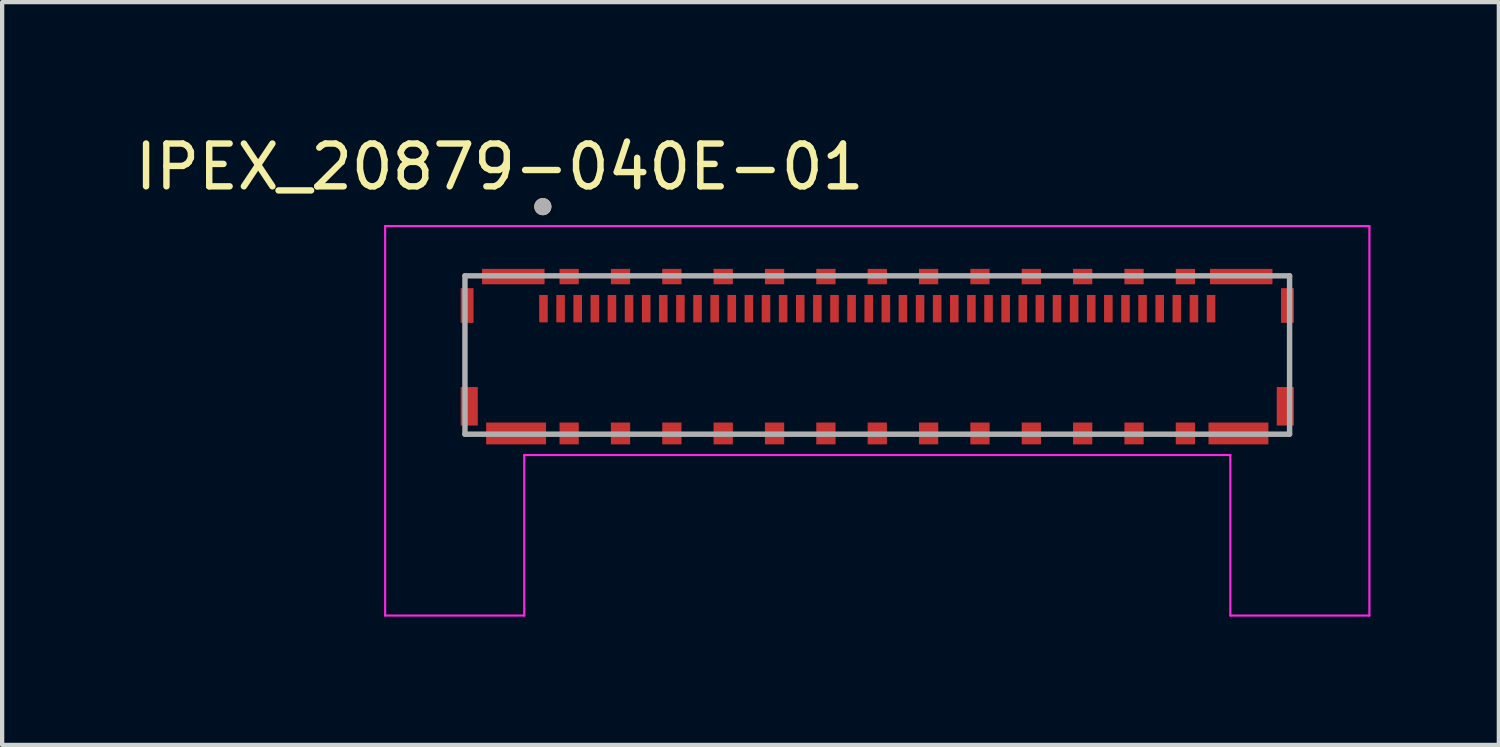
<source format=kicad_pcb>
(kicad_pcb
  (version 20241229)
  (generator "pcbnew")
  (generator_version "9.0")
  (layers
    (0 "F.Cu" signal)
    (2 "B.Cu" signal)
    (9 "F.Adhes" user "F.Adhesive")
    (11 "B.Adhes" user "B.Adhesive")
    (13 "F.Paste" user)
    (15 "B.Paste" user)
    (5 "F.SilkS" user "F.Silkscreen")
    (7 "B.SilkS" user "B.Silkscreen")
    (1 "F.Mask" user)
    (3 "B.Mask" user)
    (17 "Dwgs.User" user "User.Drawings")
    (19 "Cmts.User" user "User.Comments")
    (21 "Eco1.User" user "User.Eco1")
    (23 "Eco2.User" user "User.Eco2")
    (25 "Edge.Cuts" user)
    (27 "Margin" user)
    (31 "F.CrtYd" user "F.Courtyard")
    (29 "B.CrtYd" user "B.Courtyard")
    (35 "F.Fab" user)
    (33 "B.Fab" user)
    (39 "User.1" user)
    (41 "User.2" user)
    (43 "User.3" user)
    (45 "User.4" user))
  (footprint "IPEX_20879-040E-01"
    (layer "F.Cu")
    (at 17.45 5.246)
    (property "Reference" "IPEX_20879-040E-01" (at -8.825 -4.397 0) (layer "F.SilkS") (effects (font (size 1 1) (thickness 0.15))))
    (attr smd)
    (fp_circle (center -7.815 -3.467) (end -7.715 -3.467) (stroke (width 0.2) (type solid)) (fill no) (layer "F.SilkS"))
    (fp_line (start -11.5 -3.013) (end 11.5 -3.013) (stroke (width 0.05) (type solid)) (layer "F.CrtYd"))
    (fp_line (start -11.5 6.088) (end -11.5 -3.013) (stroke (width 0.05) (type solid)) (layer "F.CrtYd"))
    (fp_line (start -8.25 2.337) (end -8.25 6.088) (stroke (width 0.05) (type solid)) (layer "F.CrtYd"))
    (fp_line (start -8.25 6.088) (end -11.5 6.088) (stroke (width 0.05) (type solid)) (layer "F.CrtYd"))
    (fp_line (start 8.25 2.337) (end -8.25 2.337) (stroke (width 0.05) (type solid)) (layer "F.CrtYd"))
    (fp_line (start 8.25 6.088) (end 8.25 2.337) (stroke (width 0.05) (type solid)) (layer "F.CrtYd"))
    (fp_line (start 11.5 -3.013) (end 11.5 6.088) (stroke (width 0.05) (type solid)) (layer "F.CrtYd"))
    (fp_line (start 11.5 6.088) (end 8.25 6.088) (stroke (width 0.05) (type solid)) (layer "F.CrtYd"))
    (fp_line (start -9.635 -1.85) (end 9.635 -1.85) (stroke (width 0.127) (type solid)) (layer "F.Fab"))
    (fp_line (start -9.635 1.85) (end -9.635 -1.85) (stroke (width 0.127) (type solid)) (layer "F.Fab"))
    (fp_line (start 9.635 -1.85) (end 9.635 1.85) (stroke (width 0.127) (type solid)) (layer "F.Fab"))
    (fp_line (start 9.635 1.85) (end -9.635 1.85) (stroke (width 0.127) (type solid)) (layer "F.Fab"))
    (fp_circle (center -7.815 -3.467) (end -7.715 -3.467) (stroke (width 0.2) (type solid)) (fill no) (layer "F.Fab"))
    (pad "1" smd rect (at -7.8 -1.083) (size 0.2 0.64) (layers "F.Cu" "F.Mask" "F.Paste"))
    (pad "2" smd rect (at -7.4 -1.083) (size 0.2 0.64) (layers "F.Cu" "F.Mask" "F.Paste"))
    (pad "3" smd rect (at -7 -1.083) (size 0.2 0.64) (layers "F.Cu" "F.Mask" "F.Paste"))
    (pad "4" smd rect (at -6.6 -1.083) (size 0.2 0.64) (layers "F.Cu" "F.Mask" "F.Paste"))
    (pad "5" smd rect (at -6.2 -1.083) (size 0.2 0.64) (layers "F.Cu" "F.Mask" "F.Paste"))
    (pad "6" smd rect (at -5.8 -1.083) (size 0.2 0.64) (layers "F.Cu" "F.Mask" "F.Paste"))
    (pad "7" smd rect (at -5.4 -1.083) (size 0.2 0.64) (layers "F.Cu" "F.Mask" "F.Paste"))
    (pad "8" smd rect (at -5 -1.083) (size 0.2 0.64) (layers "F.Cu" "F.Mask" "F.Paste"))
    (pad "9" smd rect (at -4.6 -1.083) (size 0.2 0.64) (layers "F.Cu" "F.Mask" "F.Paste"))
    (pad "10" smd rect (at -4.2 -1.083) (size 0.2 0.64) (layers "F.Cu" "F.Mask" "F.Paste"))
    (pad "11" smd rect (at -3.8 -1.083) (size 0.2 0.64) (layers "F.Cu" "F.Mask" "F.Paste"))
    (pad "12" smd rect (at -3.4 -1.083) (size 0.2 0.64) (layers "F.Cu" "F.Mask" "F.Paste"))
    (pad "13" smd rect (at -3 -1.083) (size 0.2 0.64) (layers "F.Cu" "F.Mask" "F.Paste"))
    (pad "14" smd rect (at -2.6 -1.083) (size 0.2 0.64) (layers "F.Cu" "F.Mask" "F.Paste"))
    (pad "15" smd rect (at -2.2 -1.083) (size 0.2 0.64) (layers "F.Cu" "F.Mask" "F.Paste"))
    (pad "16" smd rect (at -1.8 -1.083) (size 0.2 0.64) (layers "F.Cu" "F.Mask" "F.Paste"))
    (pad "17" smd rect (at -1.4 -1.083) (size 0.2 0.64) (layers "F.Cu" "F.Mask" "F.Paste"))
    (pad "18" smd rect (at -1 -1.083) (size 0.2 0.64) (layers "F.Cu" "F.Mask" "F.Paste"))
    (pad "19" smd rect (at -0.6 -1.083) (size 0.2 0.64) (layers "F.Cu" "F.Mask" "F.Paste"))
    (pad "20" smd rect (at -0.2 -1.083) (size 0.2 0.64) (layers "F.Cu" "F.Mask" "F.Paste"))
    (pad "21" smd rect (at 0.2 -1.083) (size 0.2 0.64) (layers "F.Cu" "F.Mask" "F.Paste"))
    (pad "22" smd rect (at 0.6 -1.083) (size 0.2 0.64) (layers "F.Cu" "F.Mask" "F.Paste"))
    (pad "23" smd rect (at 1 -1.083) (size 0.2 0.64) (layers "F.Cu" "F.Mask" "F.Paste"))
    (pad "24" smd rect (at 1.4 -1.083) (size 0.2 0.64) (layers "F.Cu" "F.Mask" "F.Paste"))
    (pad "25" smd rect (at 1.8 -1.083) (size 0.2 0.64) (layers "F.Cu" "F.Mask" "F.Paste"))
    (pad "26" smd rect (at 2.2 -1.083) (size 0.2 0.64) (layers "F.Cu" "F.Mask" "F.Paste"))
    (pad "27" smd rect (at 2.6 -1.083) (size 0.2 0.64) (layers "F.Cu" "F.Mask" "F.Paste"))
    (pad "28" smd rect (at 3 -1.083) (size 0.2 0.64) (layers "F.Cu" "F.Mask" "F.Paste"))
    (pad "29" smd rect (at 3.4 -1.083) (size 0.2 0.64) (layers "F.Cu" "F.Mask" "F.Paste"))
    (pad "30" smd rect (at 3.8 -1.083) (size 0.2 0.64) (layers "F.Cu" "F.Mask" "F.Paste"))
    (pad "31" smd rect (at 4.2 -1.083) (size 0.2 0.64) (layers "F.Cu" "F.Mask" "F.Paste"))
    (pad "32" smd rect (at 4.6 -1.083) (size 0.2 0.64) (layers "F.Cu" "F.Mask" "F.Paste"))
    (pad "33" smd rect (at 5 -1.083) (size 0.2 0.64) (layers "F.Cu" "F.Mask" "F.Paste"))
    (pad "34" smd rect (at 5.4 -1.083) (size 0.2 0.64) (layers "F.Cu" "F.Mask" "F.Paste"))
    (pad "35" smd rect (at 5.8 -1.083) (size 0.2 0.64) (layers "F.Cu" "F.Mask" "F.Paste"))
    (pad "36" smd rect (at 6.2 -1.083) (size 0.2 0.64) (layers "F.Cu" "F.Mask" "F.Paste"))
    (pad "37" smd rect (at 6.6 -1.083) (size 0.2 0.64) (layers "F.Cu" "F.Mask" "F.Paste"))
    (pad "38" smd rect (at 7 -1.083) (size 0.2 0.64) (layers "F.Cu" "F.Mask" "F.Paste"))
    (pad "39" smd rect (at 7.4 -1.083) (size 0.2 0.64) (layers "F.Cu" "F.Mask" "F.Paste"))
    (pad "40" smd rect (at 7.8 -1.083) (size 0.2 0.64) (layers "F.Cu" "F.Mask" "F.Paste"))
    (pad "S1" smd rect (at -8.505 -1.833) (size 1.46 0.36) (layers "F.Cu" "F.Mask" "F.Paste"))
    (pad "S2" smd rect (at -7.2 -1.833) (size 0.45 0.36) (layers "F.Cu" "F.Mask" "F.Paste"))
    (pad "S3" smd rect (at -6 -1.833) (size 0.45 0.36) (layers "F.Cu" "F.Mask" "F.Paste"))
    (pad "S4" smd rect (at -4.8 -1.833) (size 0.45 0.36) (layers "F.Cu" "F.Mask" "F.Paste"))
    (pad "S5" smd rect (at -3.6 -1.833) (size 0.45 0.36) (layers "F.Cu" "F.Mask" "F.Paste"))
    (pad "S6" smd rect (at -2.4 -1.833) (size 0.45 0.36) (layers "F.Cu" "F.Mask" "F.Paste"))
    (pad "S7" smd rect (at -1.2 -1.833) (size 0.45 0.36) (layers "F.Cu" "F.Mask" "F.Paste"))
    (pad "S8" smd rect (at 0 -1.833) (size 0.45 0.36) (layers "F.Cu" "F.Mask" "F.Paste"))
    (pad "S9" smd rect (at 1.2 -1.833) (size 0.45 0.36) (layers "F.Cu" "F.Mask" "F.Paste"))
    (pad "S10" smd rect (at 2.4 -1.833) (size 0.45 0.36) (layers "F.Cu" "F.Mask" "F.Paste"))
    (pad "S11" smd rect (at 3.6 -1.833) (size 0.45 0.36) (layers "F.Cu" "F.Mask" "F.Paste"))
    (pad "S12" smd rect (at 4.8 -1.833) (size 0.45 0.36) (layers "F.Cu" "F.Mask" "F.Paste"))
    (pad "S13" smd rect (at 6 -1.833) (size 0.45 0.36) (layers "F.Cu" "F.Mask" "F.Paste"))
    (pad "S14" smd rect (at 7.2 -1.833) (size 0.45 0.36) (layers "F.Cu" "F.Mask" "F.Paste"))
    (pad "S15" smd rect (at 8.505 -1.833) (size 1.46 0.36) (layers "F.Cu" "F.Mask" "F.Paste"))
    (pad "S16" smd rect (at 9.585 -1.157) (size 0.3 0.81) (layers "F.Cu" "F.Mask" "F.Paste"))
    (pad "S17" smd rect (at 9.535 1.198) (size 0.4 0.9) (layers "F.Cu" "F.Mask" "F.Paste"))
    (pad "S18" smd rect (at 8.44 1.833) (size 1.4 0.51) (layers "F.Cu" "F.Mask" "F.Paste"))
    (pad "S19" smd rect (at 7.2 1.833) (size 0.45 0.51) (layers "F.Cu" "F.Mask" "F.Paste"))
    (pad "S20" smd rect (at 6 1.833) (size 0.45 0.51) (layers "F.Cu" "F.Mask" "F.Paste"))
    (pad "S21" smd rect (at 4.8 1.833) (size 0.45 0.51) (layers "F.Cu" "F.Mask" "F.Paste"))
    (pad "S22" smd rect (at 3.6 1.833) (size 0.45 0.51) (layers "F.Cu" "F.Mask" "F.Paste"))
    (pad "S23" smd rect (at 2.4 1.833) (size 0.45 0.51) (layers "F.Cu" "F.Mask" "F.Paste"))
    (pad "S24" smd rect (at 1.2 1.833) (size 0.45 0.51) (layers "F.Cu" "F.Mask" "F.Paste"))
    (pad "S25" smd rect (at 0 1.833) (size 0.45 0.51) (layers "F.Cu" "F.Mask" "F.Paste"))
    (pad "S26" smd rect (at -1.2 1.833) (size 0.45 0.51) (layers "F.Cu" "F.Mask" "F.Paste"))
    (pad "S27" smd rect (at -2.4 1.833) (size 0.45 0.51) (layers "F.Cu" "F.Mask" "F.Paste"))
    (pad "S28" smd rect (at -3.6 1.833) (size 0.45 0.51) (layers "F.Cu" "F.Mask" "F.Paste"))
    (pad "S29" smd rect (at -4.8 1.833) (size 0.45 0.51) (layers "F.Cu" "F.Mask" "F.Paste"))
    (pad "S30" smd rect (at -6 1.833) (size 0.45 0.51) (layers "F.Cu" "F.Mask" "F.Paste"))
    (pad "S31" smd rect (at -7.2 1.833) (size 0.45 0.51) (layers "F.Cu" "F.Mask" "F.Paste"))
    (pad "S32" smd rect (at -8.44 1.833) (size 1.4 0.51) (layers "F.Cu" "F.Mask" "F.Paste"))
    (pad "S33" smd rect (at -9.535 1.198) (size 0.4 0.9) (layers "F.Cu" "F.Mask" "F.Paste"))
    (pad "S34" smd rect (at -9.585 -1.157) (size 0.3 0.81) (layers "F.Cu" "F.Mask" "F.Paste")))
  (gr_rect
    (start -3 -3)
    (end 31.975 14.358)
    (stroke (width 0.1) (type default))
    (fill no)
    (layer "Edge.Cuts")))
</source>
